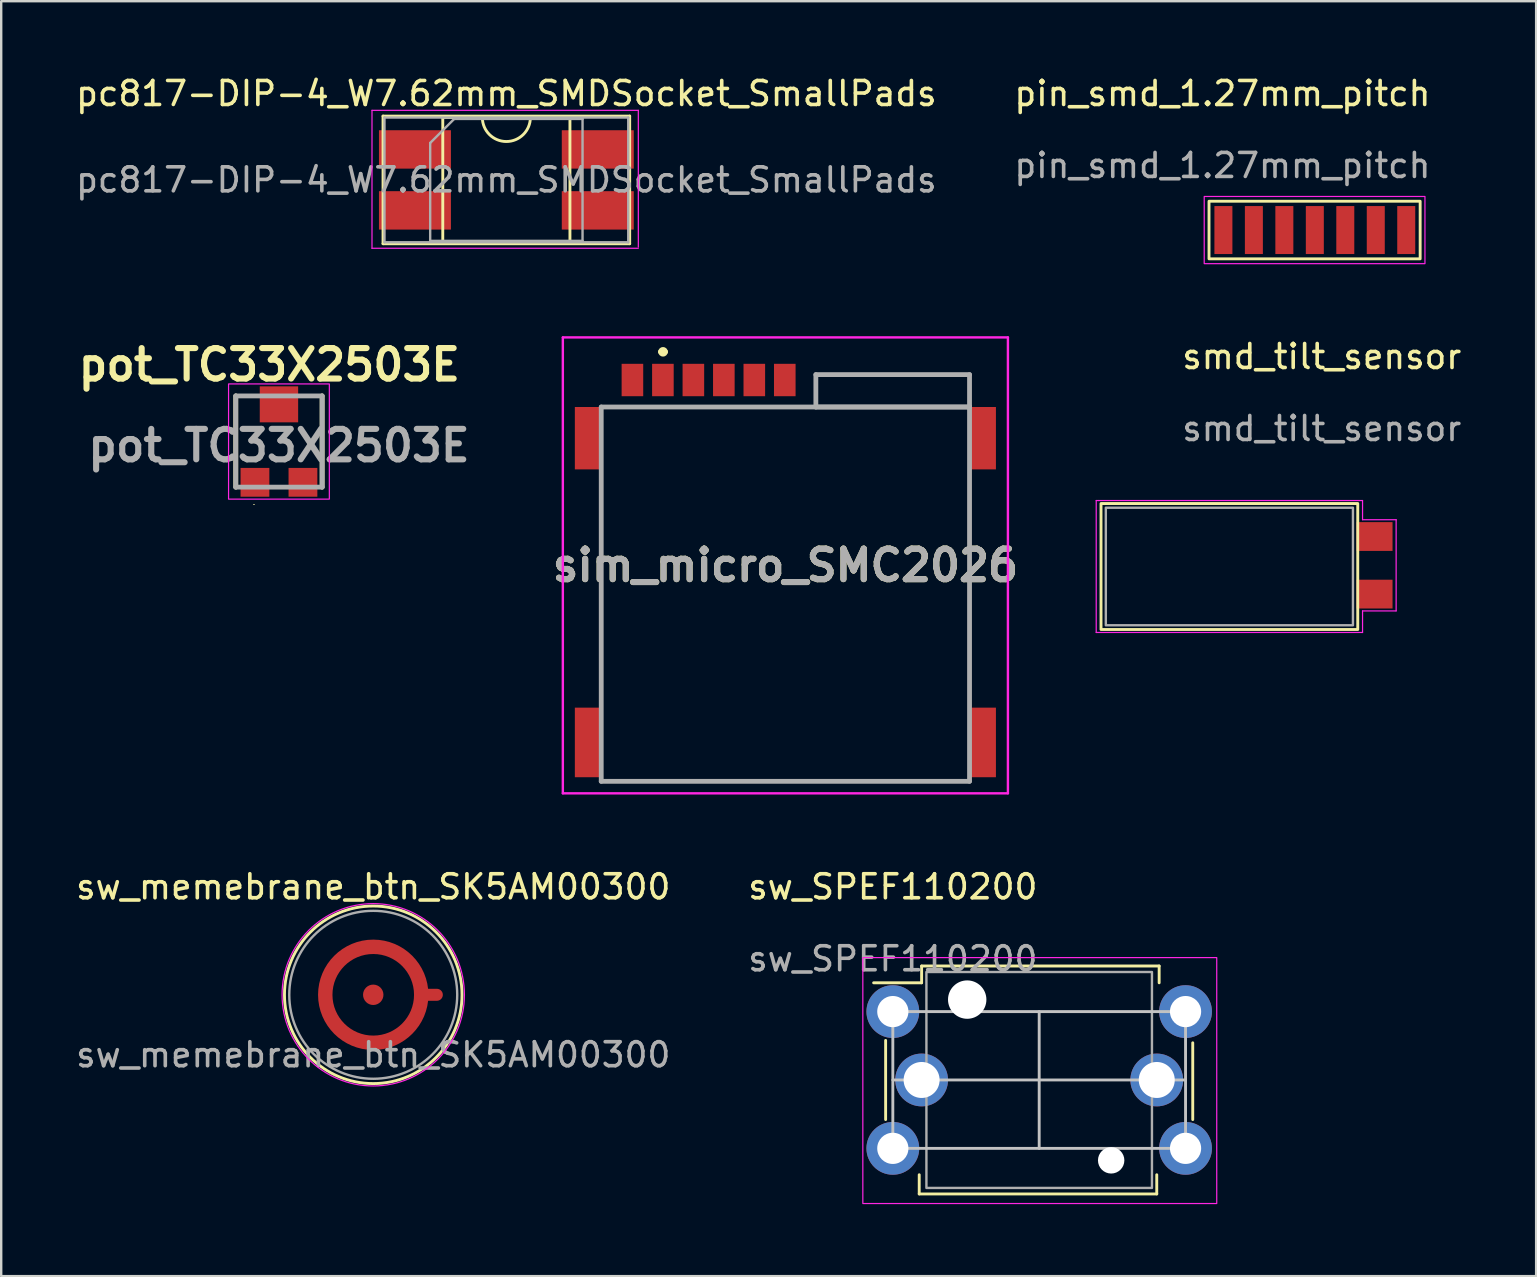
<source format=kicad_pcb>
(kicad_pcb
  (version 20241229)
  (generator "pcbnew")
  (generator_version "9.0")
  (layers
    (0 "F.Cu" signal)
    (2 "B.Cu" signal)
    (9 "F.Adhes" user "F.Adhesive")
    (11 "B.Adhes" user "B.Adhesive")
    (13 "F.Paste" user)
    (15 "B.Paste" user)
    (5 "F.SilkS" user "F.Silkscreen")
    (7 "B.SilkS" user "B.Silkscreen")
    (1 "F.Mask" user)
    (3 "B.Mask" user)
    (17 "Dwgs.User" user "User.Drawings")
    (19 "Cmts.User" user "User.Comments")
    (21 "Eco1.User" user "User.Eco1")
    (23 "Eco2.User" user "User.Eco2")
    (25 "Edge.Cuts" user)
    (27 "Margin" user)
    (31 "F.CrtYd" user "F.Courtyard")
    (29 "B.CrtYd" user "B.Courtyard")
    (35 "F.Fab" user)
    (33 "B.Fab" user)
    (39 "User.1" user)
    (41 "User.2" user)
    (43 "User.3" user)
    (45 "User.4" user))
  (footprint "sw_memebrane_btn_SK5AM00300"
    (layer "F.Cu")
    (at 12.506 38.411)
    (property "Reference" "sw_memebrane_btn_SK5AM00300" (at 0 -4.5 0) (unlocked yes) (layer "F.SilkS") (effects (font (size 1 1) (thickness 0.15))))
    (attr smd)
    (fp_circle (center 0 0) (end 2 0) (stroke (width 0.6) (type default)) (fill no) (layer "F.Cu"))
    (fp_circle (center 0 0) (end 2 0) (stroke (width 0.6) (type default)) (fill no) (layer "F.Mask"))
    (fp_circle (center 0 0) (end 3.7 0) (stroke (width 0.12) (type default)) (fill no) (layer "F.SilkS"))
    (fp_circle (center 0 0) (end 3.8 0) (stroke (width 0.05) (type default)) (fill no) (layer "F.CrtYd"))
    (fp_circle (center 0 0) (end 3.5 0) (stroke (width 0.1) (type default)) (fill no) (layer "F.Fab"))
    (fp_text user "${REFERENCE}" (at 0 2.5 0) (unlocked yes) (layer "F.Fab") (effects (font (size 1 1) (thickness 0.15))))
    (pad "1" smd circle (at 0 0) (size 0.85 0.85) (layers "F.Cu" "F.Mask" "F.Paste" "Eco2.User"))
    (pad "2" smd circle (at -2 0) (size 0.5 0.5) (layers "F.Cu" "F.Mask" "F.Paste" "Eco2.User"))
    (pad "2" smd circle (at -1.55 -1.225) (size 0.5 0.5) (layers "F.Cu" "F.Mask" "F.Paste" "Eco2.User"))
    (pad "2" smd circle (at -1.475 1.35) (size 0.5 0.5) (layers "F.Cu" "F.Mask" "F.Paste" "Eco2.User"))
    (pad "2" smd circle (at 0 -2) (size 0.5 0.5) (layers "F.Cu" "F.Mask" "F.Paste" "Eco2.User"))
    (pad "2" smd circle (at 0 2) (size 0.5 0.5) (layers "F.Cu" "F.Mask" "F.Paste" "Eco2.User"))
    (pad "2" smd circle (at 1.375 1.45) (size 0.5 0.5) (layers "F.Cu" "F.Mask" "F.Paste" "Eco2.User"))
    (pad "2" smd circle (at 1.6 -1.175) (size 0.5 0.5) (layers "F.Cu" "F.Mask" "F.Paste" "Eco2.User"))
    (pad "2" smd oval (at 2.3 0) (size 1.2 0.5) (layers "F.Cu" "F.Mask" "F.Paste" "Eco2.User")))
  (footprint "pc817-DIP-4_W7.62mm_SMDSocket_SmallPads"
    (layer "F.Cu")
    (at 18.054 4.448)
    (property "Reference" "pc817-DIP-4_W7.62mm_SMDSocket_SmallPads" (at 0 -3.6 0) (layer "F.SilkS") (effects (font (size 1 1) (thickness 0.15))))
    (attr smd)
    (fp_line (start -5.14 -2.66) (end -5.14 2.66) (stroke (width 0.12) (type solid)) (layer "F.SilkS"))
    (fp_line (start -5.14 2.66) (end 5.14 2.66) (stroke (width 0.12) (type solid)) (layer "F.SilkS"))
    (fp_line (start -2.65 -2.6) (end -2.65 2.6) (stroke (width 0.12) (type solid)) (layer "F.SilkS"))
    (fp_line (start -2.65 2.6) (end 2.65 2.6) (stroke (width 0.12) (type solid)) (layer "F.SilkS"))
    (fp_line (start -1 -2.6) (end -2.65 -2.6) (stroke (width 0.12) (type solid)) (layer "F.SilkS"))
    (fp_line (start 2.65 -2.6) (end 1 -2.6) (stroke (width 0.12) (type solid)) (layer "F.SilkS"))
    (fp_line (start 2.65 2.6) (end 2.65 -2.6) (stroke (width 0.12) (type solid)) (layer "F.SilkS"))
    (fp_line (start 5.14 -2.66) (end -5.14 -2.66) (stroke (width 0.12) (type solid)) (layer "F.SilkS"))
    (fp_line (start 5.14 2.66) (end 5.14 -2.66) (stroke (width 0.12) (type solid)) (layer "F.SilkS"))
    (fp_arc (start 1 -2.6) (mid 0 -1.6) (end -1 -2.6) (stroke (width 0.12) (type solid)) (layer "F.SilkS"))
    (fp_line (start -5.6 -2.9) (end -5.6 2.85) (stroke (width 0.05) (type solid)) (layer "F.CrtYd"))
    (fp_line (start -5.6 2.85) (end 5.5 2.85) (stroke (width 0.05) (type solid)) (layer "F.CrtYd"))
    (fp_line (start 5.5 -2.9) (end -5.6 -2.9) (stroke (width 0.05) (type solid)) (layer "F.CrtYd"))
    (fp_line (start 5.5 2.8) (end 5.5 -2.9) (stroke (width 0.05) (type solid)) (layer "F.CrtYd"))
    (fp_line (start -5.08 -2.6) (end -5.08 2.6) (stroke (width 0.1) (type solid)) (layer "F.Fab"))
    (fp_line (start -5.08 2.6) (end 5.08 2.6) (stroke (width 0.1) (type solid)) (layer "F.Fab"))
    (fp_line (start -3.175 -1.54) (end -2.175 -2.54) (stroke (width 0.1) (type solid)) (layer "F.Fab"))
    (fp_line (start -3.175 2.54) (end -3.175 -1.54) (stroke (width 0.1) (type solid)) (layer "F.Fab"))
    (fp_line (start -2.175 -2.54) (end 3.175 -2.54) (stroke (width 0.1) (type solid)) (layer "F.Fab"))
    (fp_line (start 3.175 -2.54) (end 3.175 2.54) (stroke (width 0.1) (type solid)) (layer "F.Fab"))
    (fp_line (start 3.175 2.54) (end -3.175 2.54) (stroke (width 0.1) (type solid)) (layer "F.Fab"))
    (fp_line (start 5.08 -2.6) (end -5.08 -2.6) (stroke (width 0.1) (type solid)) (layer "F.Fab"))
    (fp_line (start 5.08 2.6) (end 5.08 -2.6) (stroke (width 0.1) (type solid)) (layer "F.Fab"))
    (fp_text user "${REFERENCE}" (at 0 0 0) (layer "F.Fab") (effects (font (size 1 1) (thickness 0.15))))
    (pad "1" smd rect (at -3.81 -1.27) (size 3 1.6) (layers "F.Cu" "F.Mask" "F.Paste"))
    (pad "2" smd rect (at -3.81 1.27) (size 3 1.6) (layers "F.Cu" "F.Mask" "F.Paste"))
    (pad "3" smd rect (at 3.81 1.27) (size 3 1.6) (layers "F.Cu" "F.Mask" "F.Paste"))
    (pad "4" smd rect (at 3.81 -1.27) (size 3 1.6) (layers "F.Cu" "F.Mask" "F.Paste")))
  (footprint "pin_smd_1.27mm_pitch"
    (layer "F.Cu")
    (at 47.939 6.538)
    (property "Reference" "pin_smd_1.27mm_pitch" (at -0.04 -5.69 0) (unlocked yes) (layer "F.SilkS") (effects (font (size 1 1) (thickness 0.15))))
    (attr smd)
    (fp_rect (start -0.6 -1.2) (end 8.2 1.2) (stroke (width 0.12) (type default)) (fill no) (layer "F.SilkS"))
    (fp_rect (start -0.8 -1.4) (end 8.4 1.4) (stroke (width 0.05) (type default)) (fill no) (layer "F.CrtYd"))
    (fp_text user "${REFERENCE}" (at -0.04 -2.69 0) (unlocked yes) (layer "F.Fab") (effects (font (size 1 1) (thickness 0.15))))
    (pad "1" smd rect (at 0 0) (size 0.75 2) (layers "F.Cu" "F.Mask" "F.Paste"))
    (pad "2" smd rect (at 1.27 0) (size 0.75 2) (layers "F.Cu" "F.Mask" "F.Paste"))
    (pad "3" smd rect (at 2.54 0) (size 0.75 2) (layers "F.Cu" "F.Mask" "F.Paste"))
    (pad "4" smd rect (at 3.81 0) (size 0.75 2) (layers "F.Cu" "F.Mask" "F.Paste"))
    (pad "5" smd rect (at 5.08 0) (size 0.75 2) (layers "F.Cu" "F.Mask" "F.Paste"))
    (pad "6" smd rect (at 6.35 0) (size 0.75 2) (layers "F.Cu" "F.Mask" "F.Paste"))
    (pad "7" smd rect (at 7.62 0) (size 0.75 2) (layers "F.Cu" "F.Mask" "F.Paste")))
  (footprint "pot_TC33X2503E"
    (layer "F.Cu")
    (at 8.576 15.352)
    (property "Reference" "pot_TC33X2503E" (at -0.4 -3.2 0) (layer "F.SilkS") (effects (font (size 1.27 1.27) (thickness 0.254))))
    (attr smd)
    (fp_line (start -1.8 -1.9) (end -1.8 1.9) (stroke (width 0.2) (type solid)) (layer "F.SilkS"))
    (fp_line (start -1.052 2.625) (end -1.052 2.625) (stroke (width 0.022) (type solid)) (layer "F.SilkS"))
    (fp_line (start -1.03 2.625) (end -1.03 2.625) (stroke (width 0.022) (type solid)) (layer "F.SilkS"))
    (fp_line (start 1.8 1.9) (end 1.8 -1.9) (stroke (width 0.2) (type solid)) (layer "F.SilkS"))
    (fp_arc (start -1.052 2.625) (mid -1.041 2.614) (end -1.03 2.625) (stroke (width 0.022) (type solid)) (layer "F.SilkS"))
    (fp_arc (start -1.03 2.625) (mid -1.041 2.636) (end -1.052 2.625) (stroke (width 0.022) (type solid)) (layer "F.SilkS"))
    (fp_rect (start -2.1 -2.4) (end 2.1 2.4) (stroke (width 0.05) (type default)) (fill no) (layer "F.CrtYd"))
    (fp_line (start -1.8 -1.9) (end 1.8 -1.9) (stroke (width 0.2) (type solid)) (layer "F.Fab"))
    (fp_line (start -1.8 1.9) (end -1.8 -1.9) (stroke (width 0.2) (type solid)) (layer "F.Fab"))
    (fp_line (start 1.8 -1.9) (end 1.8 1.9) (stroke (width 0.2) (type solid)) (layer "F.Fab"))
    (fp_line (start 1.8 1.9) (end -1.8 1.9) (stroke (width 0.2) (type solid)) (layer "F.Fab"))
    (fp_text user "${REFERENCE}" (at 0 0.168 0) (layer "F.Fab") (effects (font (size 1.27 1.27) (thickness 0.254))))
    (pad "1" smd rect (at -1 1.7 90) (size 1.2 1.2) (layers "F.Cu" "F.Mask" "F.Paste"))
    (pad "2" smd rect (at 0 -1.55 90) (size 1.5 1.6) (layers "F.Cu" "F.Mask" "F.Paste"))
    (pad "3" smd rect (at 1 1.7 90) (size 1.2 1.2) (layers "F.Cu" "F.Mask" "F.Paste")))
  (footprint "sim_micro_SMC2026"
    (layer "F.Cu")
    (at 29.683 20.513)
    (property "Reference" "sim_micro_SMC2026" (at 0 0 0) (layer "F.SilkS") (effects (font (size 1.27 1.27) (thickness 0.254))))
    (attr smd)
    (fp_line (start -7.675 -3.5) (end -7.675 5.5) (stroke (width 0.1) (type solid)) (layer "F.SilkS"))
    (fp_line (start -7 -6.6) (end 1.27 -6.6) (stroke (width 0.1) (type solid)) (layer "F.SilkS"))
    (fp_line (start -7 9) (end 7 9) (stroke (width 0.1) (type solid)) (layer "F.SilkS"))
    (fp_line (start -5.2 -8.9) (end -5.2 -8.9) (stroke (width 0.2) (type solid)) (layer "F.SilkS"))
    (fp_line (start -5 -8.9) (end -5 -8.9) (stroke (width 0.2) (type solid)) (layer "F.SilkS"))
    (fp_line (start 1.27 -7.95) (end 7.675 -7.95) (stroke (width 0.1) (type solid)) (layer "F.SilkS"))
    (fp_line (start 1.27 -6.6) (end 1.27 -7.95) (stroke (width 0.1) (type solid)) (layer "F.SilkS"))
    (fp_line (start 7.675 -7.95) (end 7.675 -7) (stroke (width 0.1) (type solid)) (layer "F.SilkS"))
    (fp_line (start 7.675 -3.5) (end 7.675 5.5) (stroke (width 0.1) (type solid)) (layer "F.SilkS"))
    (fp_arc (start -5.2 -8.9) (mid -5.1 -9) (end -5 -8.9) (stroke (width 0.2) (type solid)) (layer "F.SilkS"))
    (fp_arc (start -5 -8.9) (mid -5.1 -8.8) (end -5.2 -8.9) (stroke (width 0.2) (type solid)) (layer "F.SilkS"))
    (fp_line (start -9.275 -9.5) (end 9.275 -9.5) (stroke (width 0.1) (type solid)) (layer "F.CrtYd"))
    (fp_line (start -9.275 9.5) (end -9.275 -9.5) (stroke (width 0.1) (type solid)) (layer "F.CrtYd"))
    (fp_line (start 9.275 -9.5) (end 9.275 9.5) (stroke (width 0.1) (type solid)) (layer "F.CrtYd"))
    (fp_line (start 9.275 9.5) (end -9.275 9.5) (stroke (width 0.1) (type solid)) (layer "F.CrtYd"))
    (fp_line (start -7.675 -6.6) (end 7.675 -6.6) (stroke (width 0.2) (type solid)) (layer "F.Fab"))
    (fp_line (start -7.675 9) (end -7.675 -6.6) (stroke (width 0.2) (type solid)) (layer "F.Fab"))
    (fp_line (start 1.27 -7.95) (end 1.27 -6.6) (stroke (width 0.2) (type solid)) (layer "F.Fab"))
    (fp_line (start 1.27 -6.6) (end 7.675 -6.6) (stroke (width 0.2) (type solid)) (layer "F.Fab"))
    (fp_line (start 7.675 -7.95) (end 1.27 -7.95) (stroke (width 0.2) (type solid)) (layer "F.Fab"))
    (fp_line (start 7.675 -6.6) (end 7.675 -7.95) (stroke (width 0.2) (type solid)) (layer "F.Fab"))
    (fp_line (start 7.675 -6.6) (end 7.675 9) (stroke (width 0.2) (type solid)) (layer "F.Fab"))
    (fp_line (start 7.675 9) (end -7.675 9) (stroke (width 0.2) (type solid)) (layer "F.Fab"))
    (fp_text user "${REFERENCE}" (at 0 0 0) (layer "F.Fab") (effects (font (size 1.27 1.27) (thickness 0.254))))
    (pad "C1" smd rect (at -5.105 -7.725) (size 0.9 1.35) (layers "F.Cu" "F.Mask" "F.Paste"))
    (pad "C2" smd rect (at -2.565 -7.725) (size 0.9 1.35) (layers "F.Cu" "F.Mask" "F.Paste"))
    (pad "C3" smd rect (at -0.025 -7.725) (size 0.9 1.35) (layers "F.Cu" "F.Mask" "F.Paste"))
    (pad "C5" smd rect (at -6.375 -7.725) (size 0.9 1.35) (layers "F.Cu" "F.Mask" "F.Paste"))
    (pad "C6" smd rect (at -3.835 -7.725) (size 0.9 1.35) (layers "F.Cu" "F.Mask" "F.Paste"))
    (pad "C7" smd rect (at -1.295 -7.725) (size 0.9 1.35) (layers "F.Cu" "F.Mask" "F.Paste"))
    (pad "MP1" smd rect (at -8.225 -5.3) (size 1.1 2.6) (layers "F.Cu" "F.Mask" "F.Paste"))
    (pad "MP2" smd rect (at 8.225 -5.3) (size 1.1 2.6) (layers "F.Cu" "F.Mask" "F.Paste"))
    (pad "MP3" smd rect (at -8.225 7.38) (size 1.1 2.9) (layers "F.Cu" "F.Mask" "F.Paste"))
    (pad "MP4" smd rect (at 8.225 7.38) (size 1.1 2.9) (layers "F.Cu" "F.Mask" "F.Paste")))
  (footprint "smd_tilt_sensor"
    (layer "F.Cu")
    (at 52.038 19.311)
    (property "Reference" "smd_tilt_sensor" (at 0 -7.5 0) (unlocked yes) (layer "F.SilkS") (effects (font (size 1 1) (thickness 0.15))))
    (attr through_hole)
    (fp_rect (start -9.2 -1.375) (end 1.5 3.875) (stroke (width 0.12) (type default)) (fill no) (layer "F.SilkS"))
    (fp_line (start -9.4 -1.5) (end -9.3 -1.5) (stroke (width 0.05) (type default)) (layer "F.CrtYd"))
    (fp_line (start -9.4 4) (end -9.4 -1.5) (stroke (width 0.05) (type default)) (layer "F.CrtYd"))
    (fp_line (start -9.3 -1.5) (end 1.7 -1.5) (stroke (width 0.05) (type default)) (layer "F.CrtYd"))
    (fp_line (start 1.7 -1.5) (end 1.7 -0.7) (stroke (width 0.05) (type default)) (layer "F.CrtYd"))
    (fp_line (start 1.7 -0.7) (end 3.1 -0.7) (stroke (width 0.05) (type default)) (layer "F.CrtYd"))
    (fp_line (start 1.7 3.1) (end 1.7 4) (stroke (width 0.05) (type default)) (layer "F.CrtYd"))
    (fp_line (start 1.7 4) (end -9.4 4) (stroke (width 0.05) (type default)) (layer "F.CrtYd"))
    (fp_line (start 3.1 -0.7) (end 3.1 3.1) (stroke (width 0.05) (type default)) (layer "F.CrtYd"))
    (fp_line (start 3.1 3.1) (end 1.7 3.1) (stroke (width 0.05) (type default)) (layer "F.CrtYd"))
    (fp_rect (start -9 -1.2) (end 1.3 3.7) (stroke (width 0.1) (type default)) (fill no) (layer "F.Fab"))
    (fp_text user "${REFERENCE}" (at 0 -4.5 0) (unlocked yes) (layer "F.Fab") (effects (font (size 1 1) (thickness 0.15))))
    (pad "1" smd rect (at 2.2 0) (size 1.5 1.2) (layers "F.Cu" "F.Mask" "F.Paste"))
    (pad "2" smd rect (at 2.2 2.4) (size 1.5 1.2) (layers "F.Cu" "F.Mask" "F.Paste")))
  (footprint "sw_SPEF110200"
    (layer "F.Cu")
    (at 34.161 39.111)
    (property "Reference" "sw_SPEF110200" (at 0 -5.2 0) (unlocked yes) (layer "F.SilkS") (effects (font (size 1 1) (thickness 0.15))))
    (attr through_hole)
    (fp_line (start -0.3 1.2) (end -0.3 4.5) (stroke (width 0.12) (type default)) (layer "F.SilkS"))
    (fp_line (start 1.1 6.8) (end 1.1 7.6) (stroke (width 0.12) (type default)) (layer "F.SilkS"))
    (fp_line (start 1.1 7.6) (end 11 7.6) (stroke (width 0.12) (type default)) (layer "F.SilkS"))
    (fp_line (start 1.2 -1.9) (end 1.2 -1.2) (stroke (width 0.12) (type default)) (layer "F.SilkS"))
    (fp_line (start 1.2 -1.2) (end -0.8 -1.2) (stroke (width 0.12) (type default)) (layer "F.SilkS"))
    (fp_line (start 11 7.6) (end 11 6.8) (stroke (width 0.12) (type default)) (layer "F.SilkS"))
    (fp_line (start 11.1 -1.9) (end 1.2 -1.9) (stroke (width 0.12) (type default)) (layer "F.SilkS"))
    (fp_line (start 11.1 -1.2) (end 11.1 -1.9) (stroke (width 0.12) (type default)) (layer "F.SilkS"))
    (fp_line (start 12.5 1.3) (end 12.5 4.5) (stroke (width 0.12) (type default)) (layer "F.SilkS"))
    (fp_line (start 0 0) (end 12.2 0) (stroke (width 0.12) (type default)) (layer "Dwgs.User"))
    (fp_line (start 0 2.85) (end 12.2 2.85) (stroke (width 0.12) (type default)) (layer "Dwgs.User"))
    (fp_line (start 0 5.7) (end 0 0) (stroke (width 0.12) (type default)) (layer "Dwgs.User"))
    (fp_line (start 6.1 0) (end 6.1 5.7) (stroke (width 0.12) (type default)) (layer "Dwgs.User"))
    (fp_line (start 12.2 0) (end 12.2 5.7) (stroke (width 0.12) (type default)) (layer "Dwgs.User"))
    (fp_line (start 12.2 5.7) (end 0 5.7) (stroke (width 0.12) (type default)) (layer "Dwgs.User"))
    (fp_rect (start -1.25 -2.25) (end 13.5 8) (stroke (width 0.05) (type default)) (fill no) (layer "F.CrtYd"))
    (fp_rect (start 1.4 -1.65) (end 10.8 7.35) (stroke (width 0.1) (type default)) (fill no) (layer "F.Fab"))
    (fp_text user "${REFERENCE}" (at 0 -2.2 0) (unlocked yes) (layer "F.Fab") (effects (font (size 1 1) (thickness 0.15))))
    (pad "" np_thru_hole circle (at 3.1 -0.5) (size 1.6 1.6) (drill 1.6) (layers "*.Cu" "*.Mask"))
    (pad "" np_thru_hole circle (at 9.1 6.2) (size 1.1 1.1) (drill 1.1) (layers "*.Cu" "*.Mask"))
    (pad "1" thru_hole circle (at 0 0) (size 2.2 2.2) (drill 1.3) (layers "*.Cu" "*.Mask"))
    (pad "1" thru_hole circle (at 0 5.7) (size 2.2 2.2) (drill 1.3) (layers "*.Cu" "*.Mask"))
    (pad "1" thru_hole circle (at 12.2 0) (size 2.2 2.2) (drill 1.3) (layers "*.Cu" "*.Mask"))
    (pad "2" thru_hole circle (at 12.2 5.7) (size 2.2 2.2) (drill 1.3) (layers "*.Cu" "*.Mask"))
    (pad "T" thru_hole circle (at 1.2 2.85) (size 2.2 2.2) (drill 1.5) (layers "*.Cu" "*.Mask"))
    (pad "T" thru_hole circle (at 11 2.85) (size 2.2 2.2) (drill 1.5) (layers "*.Cu" "*.Mask")))
  (gr_rect
    (start -3 -3)
    (end 60.973 50.136)
    (stroke (width 0.1) (type default))
    (fill no)
    (layer "Edge.Cuts")))
</source>
